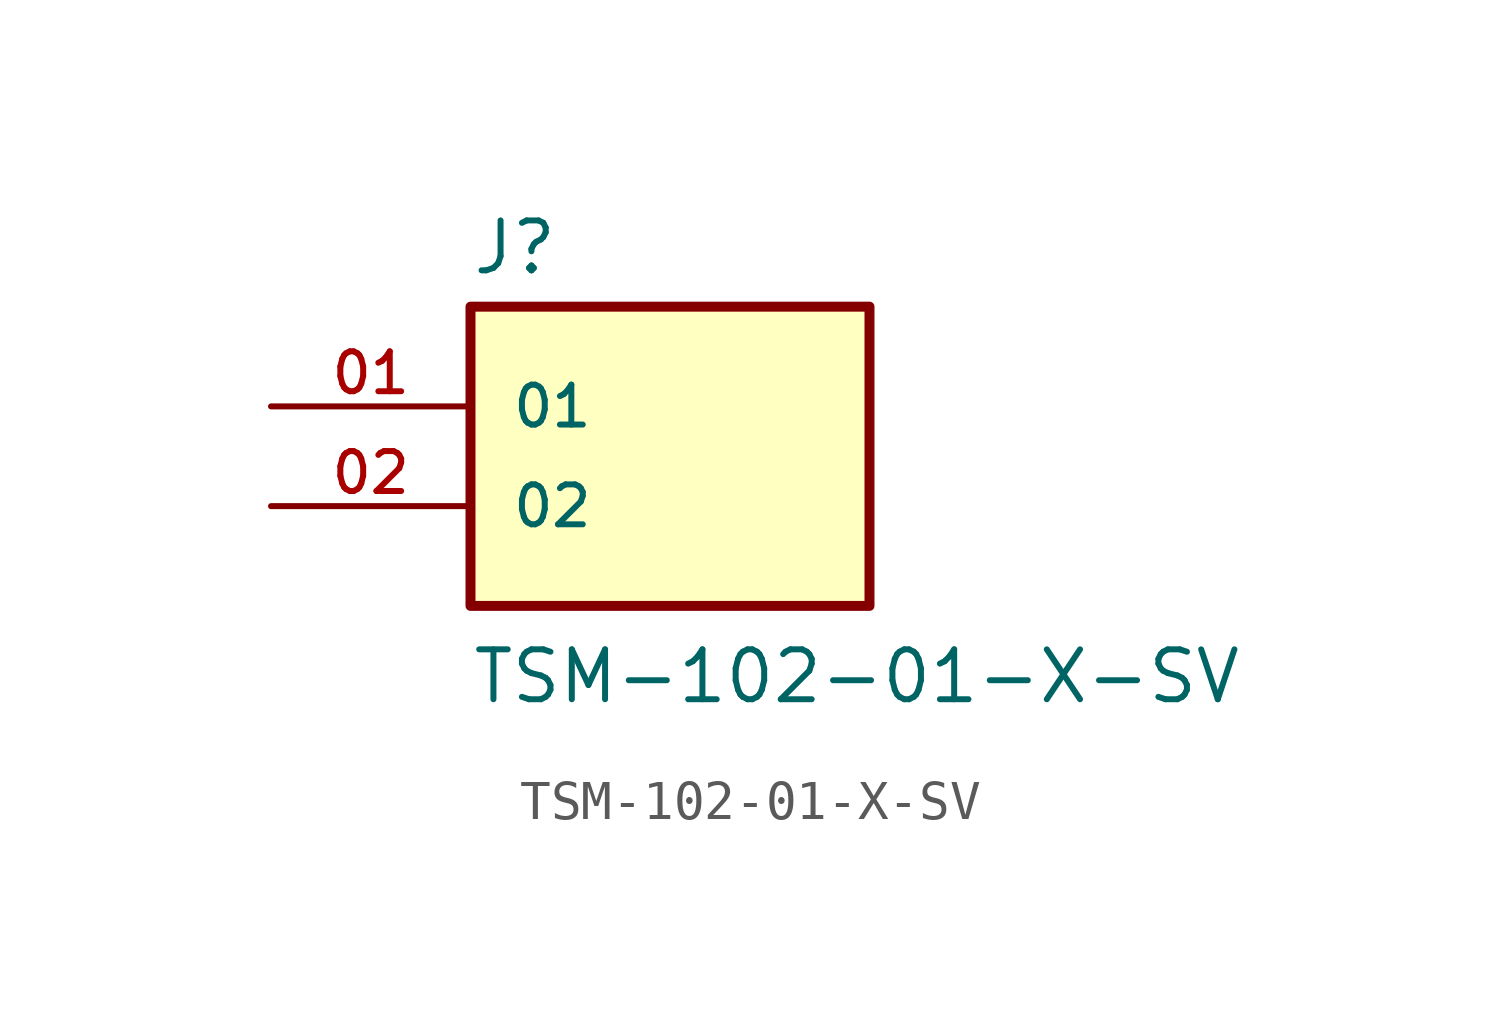
<source format=kicad_sym>
(kicad_symbol_lib
  (version 20211014)
  (generator kicad_symbol_editor)
  (symbol "TSM-102-01-X-SV"
    (pin_names
      (offset 1.016))
    (property "Reference" "J"
      (at -5.08 3.302 0)
      (effects (font (size 1.27 1.27)) (justify bottom left)))
    (property "Value" "TSM-102-01-X-SV"
      (at -5.08 -7.62 0)
      (effects (font (size 1.27 1.27)) (justify bottom left)))
    (symbol "TSM-102-01-X-SV_0_0"
      (rectangle (start -5.08 -5.08) (end 5.08 2.54) (stroke (width 0.254)) (fill (type background)))
      (pin passive line (at -10.16 0.0 0) (length 5.08) (name "01" (effects (font (size 1.016 1.016)))) (number "01" (effects (font (size 1.016 1.016)))))
      (pin passive line (at -10.16 -2.54 0) (length 5.08) (name "02" (effects (font (size 1.016 1.016)))) (number "02" (effects (font (size 1.016 1.016))))))))
</source>
